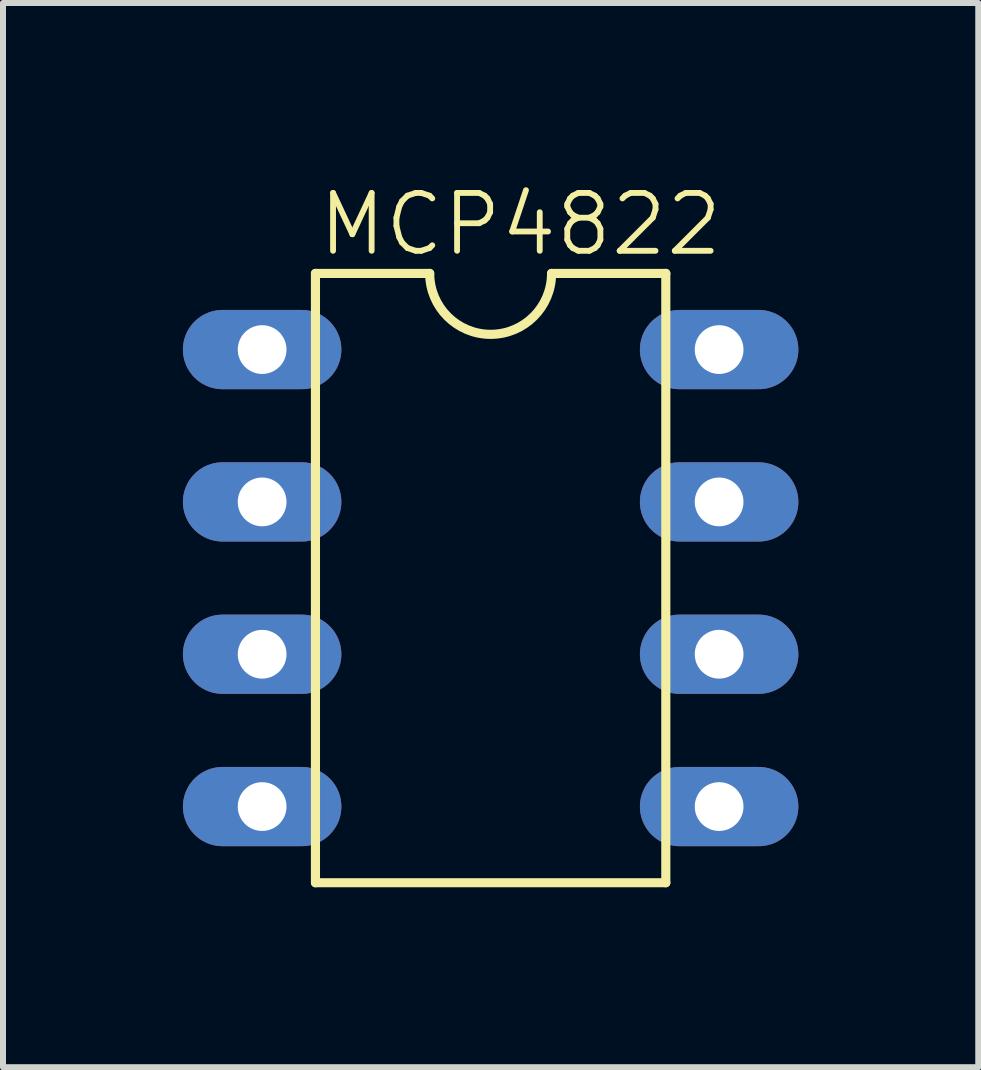
<source format=kicad_pcb>
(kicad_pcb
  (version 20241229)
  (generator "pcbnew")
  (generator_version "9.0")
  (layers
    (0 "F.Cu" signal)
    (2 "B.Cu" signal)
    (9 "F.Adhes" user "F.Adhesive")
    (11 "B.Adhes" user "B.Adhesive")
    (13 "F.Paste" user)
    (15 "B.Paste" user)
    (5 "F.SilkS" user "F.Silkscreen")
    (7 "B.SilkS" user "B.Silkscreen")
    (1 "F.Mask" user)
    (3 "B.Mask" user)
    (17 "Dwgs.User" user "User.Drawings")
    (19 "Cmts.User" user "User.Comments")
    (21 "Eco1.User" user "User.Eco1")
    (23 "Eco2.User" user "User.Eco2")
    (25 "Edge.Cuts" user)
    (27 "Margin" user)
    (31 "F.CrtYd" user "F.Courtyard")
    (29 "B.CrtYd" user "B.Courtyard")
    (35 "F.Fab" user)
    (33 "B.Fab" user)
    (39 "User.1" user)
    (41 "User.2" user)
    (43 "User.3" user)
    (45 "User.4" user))
  (footprint "MCP4822"
    (layer "F.Cu")
    (at 5.131 6.589)
    (property "Reference" "MCP4822" (at -2.921 -5.334 0) (layer "F.SilkS") (effects (font (size 0.965 0.965) (thickness 0.097)) (justify left bottom)))
    (attr through_hole)
    (fp_line (start -2.921 -5.08) (end -2.921 5.08) (stroke (width 0.152) (type solid)) (layer "F.SilkS"))
    (fp_line (start -2.921 -5.08) (end -1.016 -5.08) (stroke (width 0.152) (type solid)) (layer "F.SilkS"))
    (fp_line (start 2.921 -5.08) (end 1.016 -5.08) (stroke (width 0.152) (type solid)) (layer "F.SilkS"))
    (fp_line (start 2.921 5.08) (end -2.921 5.08) (stroke (width 0.152) (type solid)) (layer "F.SilkS"))
    (fp_line (start 2.921 5.08) (end 2.921 -5.08) (stroke (width 0.152) (type solid)) (layer "F.SilkS"))
    (fp_arc (start 1.016 -5.08) (mid 0 -4.064) (end -1.016 -5.08) (stroke (width 0.1524) (type solid)) (layer "F.SilkS"))
    (pad "CS" thru_hole oval (at -3.81 -1.27) (size 2.642 1.321) (drill 0.813) (layers "*.Cu" "*.Mask"))
    (pad "GND" thru_hole oval (at 3.81 -1.27) (size 2.642 1.321) (drill 0.813) (layers "*.Cu" "*.Mask"))
    (pad "LDAC" thru_hole oval (at 3.81 3.81) (size 2.642 1.321) (drill 0.813) (layers "*.Cu" "*.Mask"))
    (pad "SCK" thru_hole oval (at -3.81 1.27) (size 2.642 1.321) (drill 0.813) (layers "*.Cu" "*.Mask"))
    (pad "SDI" thru_hole oval (at -3.81 3.81) (size 2.642 1.321) (drill 0.813) (layers "*.Cu" "*.Mask"))
    (pad "VCC" thru_hole oval (at -3.81 -3.81) (size 2.642 1.321) (drill 0.813) (layers "*.Cu" "*.Mask"))
    (pad "VOUTA" thru_hole oval (at 3.81 -3.81) (size 2.642 1.321) (drill 0.813) (layers "*.Cu" "*.Mask"))
    (pad "VOUTB" thru_hole oval (at 3.81 1.27) (size 2.642 1.321) (drill 0.813) (layers "*.Cu" "*.Mask")))
  (gr_rect
    (start -3 -3)
    (end 13.262 14.745)
    (stroke (width 0.1) (type default))
    (fill no)
    (layer "Edge.Cuts")))
</source>
